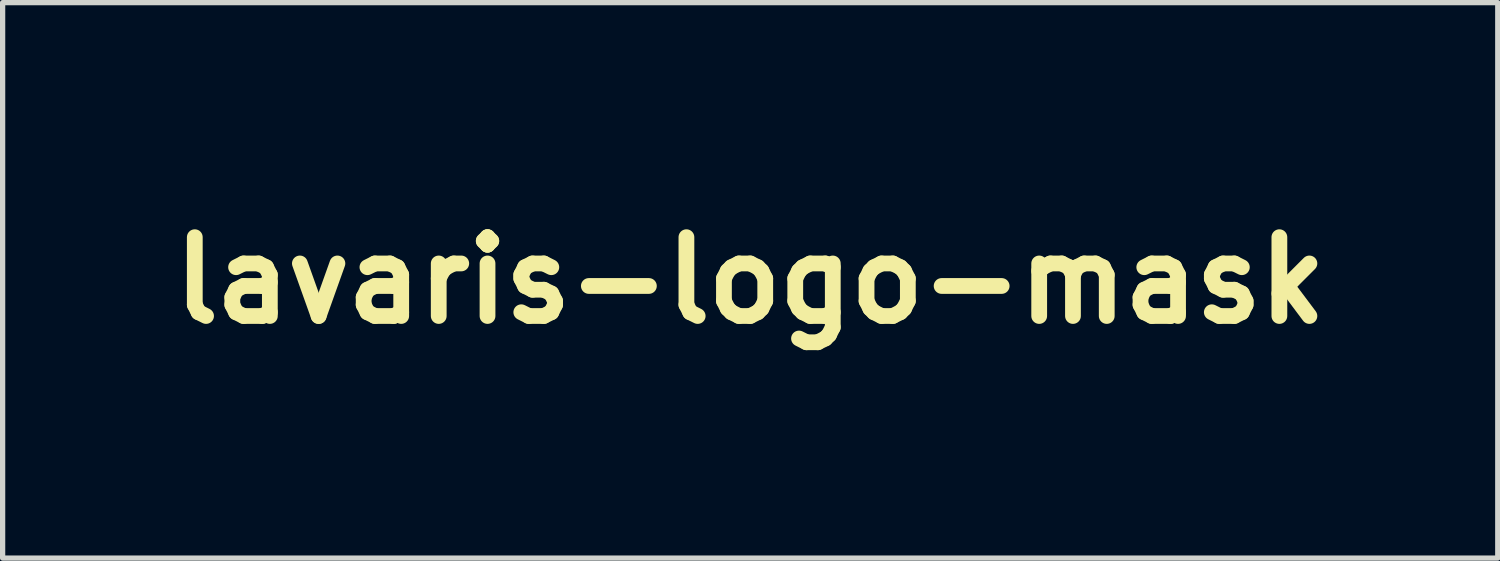
<source format=kicad_pcb>
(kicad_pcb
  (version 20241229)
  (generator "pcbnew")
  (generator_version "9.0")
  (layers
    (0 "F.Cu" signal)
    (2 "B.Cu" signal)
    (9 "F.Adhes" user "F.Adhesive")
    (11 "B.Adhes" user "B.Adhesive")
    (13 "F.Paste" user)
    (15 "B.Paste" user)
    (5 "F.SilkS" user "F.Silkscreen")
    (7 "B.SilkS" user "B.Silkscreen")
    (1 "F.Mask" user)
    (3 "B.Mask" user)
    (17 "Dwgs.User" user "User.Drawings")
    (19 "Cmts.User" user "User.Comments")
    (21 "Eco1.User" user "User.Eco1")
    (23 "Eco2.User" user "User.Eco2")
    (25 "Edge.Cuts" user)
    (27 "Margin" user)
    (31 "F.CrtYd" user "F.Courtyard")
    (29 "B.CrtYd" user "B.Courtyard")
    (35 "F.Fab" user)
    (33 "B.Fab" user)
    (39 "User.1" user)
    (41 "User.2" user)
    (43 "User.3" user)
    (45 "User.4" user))
  (footprint "lavaris-logo-mask"
    (layer "F.Cu")
    (at 11.229 2.286)
    (property "Reference" "lavaris-logo-mask" (at 0 0 0) (layer "F.SilkS") (effects (font (size 1.5 1.5) (thickness 0.3))))
    (attr board_only exclude_from_pos_files exclude_from_bom)
    (fp_poly (pts (xy 1.016 -0.677) (xy 1.016 0.677) (xy 0.72 0.677) (xy 0.423 0.677) (xy 0.423 -0.677) (xy 0.423 -2.032) (xy 0.72 -2.032) (xy 1.016 -2.032)) (stroke (width 0) (type solid)) (fill yes) (layer "F.Mask"))
    (fp_poly (pts (xy -7.146 1.43) (xy -7.116 1.622) (xy -7.112 1.736) (xy -7.129 1.963) (xy -7.171 2.099) (xy -7.197 2.117) (xy -7.247 2.041) (xy -7.277 1.85) (xy -7.281 1.736) (xy -7.265 1.508) (xy -7.222 1.372) (xy -7.197 1.355)) (stroke (width 0) (type solid)) (fill yes) (layer "F.Mask"))
    (fp_poly (pts (xy -1.304 1.43) (xy -1.274 1.622) (xy -1.27 1.736) (xy -1.287 1.963) (xy -1.329 2.099) (xy -1.355 2.117) (xy -1.405 2.041) (xy -1.435 1.85) (xy -1.439 1.736) (xy -1.423 1.508) (xy -1.38 1.372) (xy -1.355 1.355)) (stroke (width 0) (type solid)) (fill yes) (layer "F.Mask"))
    (fp_poly (pts (xy -0.96 1.429) (xy -0.932 1.612) (xy -0.931 1.651) (xy -0.953 1.847) (xy -1.005 1.945) (xy -1.016 1.947) (xy -1.072 1.873) (xy -1.1 1.69) (xy -1.101 1.651) (xy -1.079 1.455) (xy -1.027 1.357) (xy -1.016 1.355)) (stroke (width 0) (type solid)) (fill yes) (layer "F.Mask"))
    (fp_poly (pts (xy -10.583 -0.847) (xy -10.583 0.254) (xy -9.948 0.254) (xy -9.625 0.257) (xy -9.436 0.272) (xy -9.345 0.313) (xy -9.316 0.391) (xy -9.313 0.466) (xy -9.313 0.677) (xy -10.202 0.677) (xy -11.091 0.677) (xy -11.091 -0.635) (xy -11.091 -1.947) (xy -10.837 -1.947) (xy -10.583 -1.947)) (stroke (width 0) (type solid)) (fill yes) (layer "F.Mask"))
    (fp_poly (pts (xy 10.622 -1.782) (xy 11.12 -1.278) (xy 10.757 -0.872) (xy 10.576 -0.666) (xy 10.429 -0.505) (xy 10.294 -0.383) (xy 10.148 -0.294) (xy 9.967 -0.234) (xy 9.731 -0.196) (xy 9.415 -0.177) (xy 8.998 -0.169) (xy 8.456 -0.168) (xy 7.78 -0.169) (xy 5.503 -0.169) (xy 5.503 -0.426) (xy 5.581 -0.873) (xy 5.794 -1.315) (xy 6.112 -1.71) (xy 6.507 -2.015) (xy 6.636 -2.083) (xy 6.802 -2.155) (xy 6.962 -2.208) (xy 7.145 -2.244) (xy 7.383 -2.267) (xy 7.706 -2.279) (xy 8.143 -2.284) (xy 8.596 -2.285) (xy 10.123 -2.286)) (stroke (width 0) (type solid)) (fill yes) (layer "F.Mask"))
    (fp_poly (pts (xy 9.703 0.516) (xy 9.529 1.091) (xy 9.21 1.588) (xy 8.762 1.987) (xy 8.534 2.122) (xy 8.413 2.177) (xy 8.275 2.219) (xy 8.094 2.248) (xy 7.846 2.268) (xy 7.505 2.279) (xy 7.045 2.285) (xy 6.442 2.286) (xy 6.419 2.286) (xy 4.619 2.286) (xy 5.149 1.751) (xy 5.679 1.217) (xy 5.168 0.758) (xy 4.93 0.537) (xy 4.752 0.357) (xy 4.662 0.248) (xy 4.657 0.234) (xy 4.738 0.218) (xy 4.968 0.203) (xy 5.326 0.19) (xy 5.791 0.18) (xy 6.343 0.173) (xy 6.961 0.17) (xy 7.207 0.169) (xy 9.758 0.169)) (stroke (width 0) (type solid)) (fill yes) (layer "F.Mask"))
    (fp_poly (pts (xy -7.012 -0.681) (xy -6.842 -0.257) (xy -6.698 0.113) (xy -6.59 0.399) (xy -6.529 0.572) (xy -6.519 0.61) (xy -6.594 0.655) (xy -6.776 0.677) (xy -6.807 0.677) (xy -7.094 0.677) (xy -7.421 -0.211) (xy -7.555 -0.566) (xy -7.67 -0.854) (xy -7.753 -1.042) (xy -7.789 -1.1) (xy -7.834 -1.025) (xy -7.921 -0.823) (xy -8.04 -0.526) (xy -8.158 -0.211) (xy -8.484 0.677) (xy -8.772 0.677) (xy -8.964 0.66) (xy -9.058 0.617) (xy -9.059 0.61) (xy -9.029 0.512) (xy -8.946 0.285) (xy -8.821 -0.041) (xy -8.665 -0.438) (xy -8.567 -0.681) (xy -8.075 -1.905) (xy -7.789 -1.905) (xy -7.504 -1.905)) (stroke (width 0) (type solid)) (fill yes) (layer "F.Mask"))
    (fp_poly (pts (xy -2.27 -0.681) (xy -2.101 -0.257) (xy -1.957 0.113) (xy -1.849 0.399) (xy -1.788 0.572) (xy -1.778 0.61) (xy -1.852 0.655) (xy -2.034 0.677) (xy -2.063 0.677) (xy -2.188 0.673) (xy -2.281 0.64) (xy -2.362 0.552) (xy -2.447 0.382) (xy -2.558 0.101) (xy -2.671 -0.207) (xy -2.805 -0.557) (xy -2.923 -0.835) (xy -3.011 -1.01) (xy -3.052 -1.056) (xy -3.104 -0.966) (xy -3.199 -0.752) (xy -3.322 -0.448) (xy -3.428 -0.171) (xy -3.571 0.203) (xy -3.673 0.447) (xy -3.757 0.589) (xy -3.841 0.656) (xy -3.946 0.676) (xy -4.032 0.677) (xy -4.224 0.66) (xy -4.316 0.617) (xy -4.318 0.61) (xy -4.288 0.512) (xy -4.205 0.285) (xy -4.08 -0.041) (xy -3.923 -0.438) (xy -3.826 -0.681) (xy -3.334 -1.905) (xy -3.048 -1.905) (xy -2.762 -1.905)) (stroke (width 0) (type solid)) (fill yes) (layer "F.Mask"))
    (fp_poly (pts (xy -4.153 -1.928) (xy -4.149 -1.923) (xy -4.178 -1.836) (xy -4.259 -1.619) (xy -4.382 -1.3) (xy -4.536 -0.905) (xy -4.645 -0.626) (xy -4.832 -0.155) (xy -4.972 0.183) (xy -5.078 0.409) (xy -5.164 0.547) (xy -5.243 0.62) (xy -5.331 0.651) (xy -5.407 0.662) (xy -5.612 0.653) (xy -5.723 0.551) (xy -5.75 0.492) (xy -5.809 0.34) (xy -5.916 0.068) (xy -6.055 -0.287) (xy -6.211 -0.687) (xy -6.224 -0.72) (xy -6.378 -1.112) (xy -6.511 -1.452) (xy -6.611 -1.706) (xy -6.664 -1.841) (xy -6.666 -1.847) (xy -6.652 -1.919) (xy -6.51 -1.939) (xy -6.393 -1.932) (xy -6.074 -1.905) (xy -5.77 -1.079) (xy -5.641 -0.738) (xy -5.529 -0.466) (xy -5.449 -0.295) (xy -5.419 -0.254) (xy -5.372 -0.328) (xy -5.282 -0.529) (xy -5.164 -0.823) (xy -5.067 -1.079) (xy -4.929 -1.449) (xy -4.829 -1.688) (xy -4.745 -1.827) (xy -4.656 -1.896) (xy -4.54 -1.923) (xy -4.456 -1.931) (xy -4.256 -1.94)) (stroke (width 0) (type solid)) (fill yes) (layer "F.Mask"))
    (fp_poly (pts (xy -1.696 1.369) (xy -1.63 1.425) (xy -1.642 1.489) (xy -1.687 1.691) (xy -1.693 1.785) (xy -1.73 1.919) (xy -1.778 1.947) (xy -1.842 1.875) (xy -1.863 1.736) (xy -1.892 1.577) (xy -1.947 1.524) (xy -2.011 1.596) (xy -2.032 1.736) (xy -2.081 1.895) (xy -2.188 1.951) (xy -2.295 1.881) (xy -2.315 1.841) (xy -2.353 1.779) (xy -2.364 1.841) (xy -2.446 1.916) (xy -2.652 1.947) (xy -2.667 1.947) (xy -2.866 1.934) (xy -2.947 1.86) (xy -2.963 1.674) (xy -2.963 1.651) (xy -2.944 1.447) (xy -2.87 1.364) (xy -2.794 1.355) (xy -2.656 1.39) (xy -2.625 1.439) (xy -2.692 1.519) (xy -2.731 1.525) (xy -2.785 1.548) (xy -2.721 1.6) (xy -2.648 1.669) (xy -2.721 1.719) (xy -2.771 1.758) (xy -2.688 1.771) (xy -2.57 1.718) (xy -2.54 1.566) (xy -2.503 1.392) (xy -2.409 1.371) (xy -2.293 1.503) (xy -2.225 1.606) (xy -2.206 1.561) (xy -2.204 1.503) (xy -2.159 1.399) (xy -2.002 1.358) (xy -1.896 1.355)) (stroke (width 0) (type solid)) (fill yes) (layer "F.Mask"))
    (fp_poly (pts (xy 3.037 -1.979) (xy 3.225 -1.916) (xy 3.295 -1.793) (xy 3.302 -1.679) (xy 3.292 -1.52) (xy 3.228 -1.464) (xy 3.062 -1.48) (xy 2.985 -1.495) (xy 2.584 -1.547) (xy 2.304 -1.513) (xy 2.135 -1.41) (xy 2.062 -1.255) (xy 2.157 -1.107) (xy 2.421 -0.967) (xy 2.649 -0.89) (xy 2.927 -0.789) (xy 3.155 -0.676) (xy 3.231 -0.622) (xy 3.346 -0.42) (xy 3.387 -0.135) (xy 3.355 0.163) (xy 3.248 0.407) (xy 3.239 0.418) (xy 3.035 0.568) (xy 2.73 0.682) (xy 2.39 0.746) (xy 2.084 0.743) (xy 1.99 0.72) (xy 1.849 0.682) (xy 1.672 0.641) (xy 1.504 0.572) (xy 1.444 0.43) (xy 1.439 0.327) (xy 1.454 0.149) (xy 1.524 0.1) (xy 1.63 0.122) (xy 2.057 0.215) (xy 2.403 0.225) (xy 2.648 0.156) (xy 2.771 0.011) (xy 2.778 -0.107) (xy 2.725 -0.221) (xy 2.583 -0.317) (xy 2.317 -0.415) (xy 2.216 -0.445) (xy 1.914 -0.544) (xy 1.731 -0.64) (xy 1.621 -0.764) (xy 1.564 -0.882) (xy 1.494 -1.226) (xy 1.554 -1.552) (xy 1.731 -1.813) (xy 1.862 -1.905) (xy 2.196 -2.005) (xy 2.623 -2.028)) (stroke (width 0) (type solid)) (fill yes) (layer "F.Mask"))
    (fp_poly (pts (xy -0.934 -1.945) (xy -0.681 -1.931) (xy -0.514 -1.897) (xy -0.391 -1.83) (xy -0.271 -1.723) (xy -0.237 -1.689) (xy -0.072 -1.5) (xy -0.012 -1.328) (xy -0.025 -1.085) (xy -0.026 -1.076) (xy -0.139 -0.732) (xy -0.357 -0.487) (xy -0.516 -0.407) (xy -0.543 -0.312) (xy -0.491 -0.085) (xy -0.43 0.087) (xy -0.335 0.347) (xy -0.271 0.541) (xy -0.254 0.614) (xy -0.328 0.656) (xy -0.511 0.677) (xy -0.545 0.677) (xy -0.751 0.661) (xy -0.868 0.62) (xy -0.873 0.614) (xy -0.917 0.503) (xy -0.994 0.287) (xy -1.054 0.106) (xy -1.151 -0.156) (xy -1.242 -0.291) (xy -1.358 -0.337) (xy -1.404 -0.339) (xy -1.56 -0.366) (xy -1.609 -0.416) (xy -1.637 -0.558) (xy -1.66 -0.628) (xy -1.662 -0.716) (xy -1.553 -0.756) (xy -1.385 -0.763) (xy -1.038 -0.807) (xy -0.77 -0.923) (xy -0.62 -1.092) (xy -0.605 -1.14) (xy -0.637 -1.323) (xy -0.818 -1.447) (xy -1.153 -1.512) (xy -1.456 -1.524) (xy -1.743 -1.534) (xy -1.95 -1.562) (xy -2.032 -1.6) (xy -2.032 -1.602) (xy -2.06 -1.744) (xy -2.083 -1.813) (xy -2.088 -1.876) (xy -2.024 -1.915) (xy -1.865 -1.937) (xy -1.582 -1.946) (xy -1.315 -1.947)) (stroke (width 0) (type solid)) (fill yes) (layer "F.Mask"))
    (fp_poly (pts (xy -4.847 1.427) (xy -4.826 1.566) (xy -4.797 1.725) (xy -4.741 1.778) (xy -4.673 1.707) (xy -4.664 1.651) (xy -4.487 1.651) (xy -4.442 1.764) (xy -4.403 1.778) (xy -4.328 1.709) (xy -4.318 1.651) (xy -4.352 1.566) (xy -3.895 1.566) (xy -3.852 1.609) (xy -3.81 1.566) (xy -3.852 1.524) (xy -3.895 1.566) (xy -4.352 1.566) (xy -4.364 1.538) (xy -4.403 1.524) (xy -4.478 1.593) (xy -4.487 1.651) (xy -4.664 1.651) (xy -4.657 1.606) (xy -4.591 1.436) (xy -4.43 1.368) (xy -4.226 1.424) (xy -4.222 1.427) (xy -4.1 1.474) (xy -4.064 1.445) (xy -3.989 1.396) (xy -3.801 1.371) (xy -3.725 1.37) (xy -3.513 1.393) (xy -3.395 1.446) (xy -3.387 1.466) (xy -3.347 1.505) (xy -3.285 1.456) (xy -3.15 1.362) (xy -3.073 1.42) (xy -3.048 1.634) (xy -3.048 1.648) (xy -3.061 1.845) (xy -3.133 1.923) (xy -3.316 1.932) (xy -3.344 1.931) (xy -3.562 1.893) (xy -3.641 1.807) (xy -3.641 1.807) (xy -3.686 1.703) (xy -3.789 1.726) (xy -3.889 1.841) (xy -3.972 1.938) (xy -4.046 1.884) (xy -4.052 1.875) (xy -4.141 1.813) (xy -4.181 1.847) (xy -4.291 1.899) (xy -4.507 1.93) (xy -4.615 1.933) (xy -4.849 1.927) (xy -4.959 1.884) (xy -4.993 1.769) (xy -4.995 1.644) (xy -4.974 1.451) (xy -4.92 1.357) (xy -4.911 1.355)) (stroke (width 0) (type solid)) (fill yes) (layer "F.Mask"))
    (fp_poly (pts (xy -5.936 1.375) (xy -5.793 1.464) (xy -5.774 1.491) (xy -5.707 1.584) (xy -5.659 1.524) (xy -5.646 1.491) (xy -5.547 1.406) (xy -5.377 1.359) (xy -5.202 1.357) (xy -5.091 1.406) (xy -5.08 1.439) (xy -5.147 1.519) (xy -5.186 1.525) (xy -5.24 1.548) (xy -5.176 1.6) (xy -5.103 1.669) (xy -5.176 1.719) (xy -5.239 1.76) (xy -5.186 1.771) (xy -5.087 1.831) (xy -5.08 1.863) (xy -5.141 1.939) (xy -5.28 1.939) (xy -5.428 1.873) (xy -5.497 1.799) (xy -5.564 1.696) (xy -5.584 1.741) (xy -5.585 1.799) (xy -5.633 1.927) (xy -5.735 1.934) (xy -5.839 1.833) (xy -5.877 1.736) (xy -5.971 1.569) (xy -6.076 1.525) (xy -6.169 1.542) (xy -6.108 1.6) (xy -6.035 1.669) (xy -6.108 1.719) (xy -6.158 1.758) (xy -6.075 1.771) (xy -5.943 1.812) (xy -5.943 1.884) (xy -6.059 1.94) (xy -6.138 1.947) (xy -6.311 1.901) (xy -6.353 1.799) (xy -6.362 1.696) (xy -6.407 1.741) (xy -6.441 1.799) (xy -6.587 1.915) (xy -6.735 1.947) (xy -6.876 1.924) (xy -6.933 1.823) (xy -6.943 1.651) (xy -6.942 1.644) (xy -6.682 1.644) (xy -6.666 1.754) (xy -6.638 1.755) (xy -6.617 1.642) (xy -6.631 1.593) (xy -6.668 1.561) (xy -6.682 1.644) (xy -6.942 1.644) (xy -6.927 1.45) (xy -6.855 1.368) (xy -6.735 1.355) (xy -6.541 1.411) (xy -6.441 1.503) (xy -6.374 1.606) (xy -6.354 1.561) (xy -6.353 1.503) (xy -6.283 1.395) (xy -6.122 1.352)) (stroke (width 0) (type solid)) (fill yes) (layer "F.Mask"))
    (fp_poly (pts (xy -7.479 1.429) (xy -7.451 1.612) (xy -7.451 1.651) (xy -7.472 1.847) (xy -7.524 1.945) (xy -7.535 1.947) (xy -7.61 1.879) (xy -7.62 1.82) (xy -7.666 1.708) (xy -7.705 1.693) (xy -7.781 1.761) (xy -7.789 1.813) (xy -7.828 1.877) (xy -7.964 1.914) (xy -8.225 1.929) (xy -8.424 1.93) (xy -8.745 1.918) (xy -8.968 1.889) (xy -9.059 1.846) (xy -9.059 1.842) (xy -9.108 1.812) (xy -9.178 1.856) (xy -9.331 1.905) (xy -9.64 1.935) (xy -10.089 1.942) (xy -10.194 1.941) (xy -11.091 1.928) (xy -11.091 1.736) (xy -10.753 1.736) (xy -10.71 1.778) (xy -10.677 1.744) (xy -10.419 1.744) (xy -10.302 1.758) (xy -10.245 1.758) (xy -10.091 1.75) (xy -10.072 1.728) (xy -10.097 1.72) (xy -10.311 1.706) (xy -10.393 1.72) (xy -10.419 1.744) (xy -10.677 1.744) (xy -10.668 1.736) (xy -10.71 1.693) (xy -10.753 1.736) (xy -11.091 1.736) (xy -11.091 1.652) (xy -11.091 1.566) (xy -10.922 1.566) (xy -10.88 1.609) (xy -10.859 1.588) (xy -10.462 1.588) (xy -10.379 1.602) (xy -10.269 1.586) (xy -10.268 1.558) (xy -10.297 1.552) (xy -9.962 1.552) (xy -9.951 1.603) (xy -9.906 1.609) (xy -9.836 1.578) (xy -9.85 1.552) (xy -9.95 1.542) (xy -9.962 1.552) (xy -10.297 1.552) (xy -10.381 1.537) (xy -10.43 1.551) (xy -10.462 1.588) (xy -10.859 1.588) (xy -10.837 1.566) (xy -10.88 1.524) (xy -10.922 1.566) (xy -11.091 1.566) (xy -11.091 1.376) (xy -10.245 1.368) (xy -9.86 1.372) (xy -9.576 1.39) (xy -9.42 1.422) (xy -9.398 1.442) (xy -9.465 1.519) (xy -9.504 1.525) (xy -9.558 1.548) (xy -9.494 1.6) (xy -9.421 1.669) (xy -9.494 1.719) (xy -9.551 1.758) (xy -9.471 1.771) (xy -9.405 1.736) (xy -8.467 1.736) (xy -8.424 1.778) (xy -8.382 1.736) (xy -8.424 1.693) (xy -8.467 1.736) (xy -9.405 1.736) (xy -9.344 1.702) (xy -9.319 1.651) (xy -8.213 1.651) (xy -8.145 1.763) (xy -8.086 1.778) (xy -7.973 1.71) (xy -7.959 1.651) (xy -8.026 1.539) (xy -8.086 1.524) (xy -8.198 1.592) (xy -8.213 1.651) (xy -9.319 1.651) (xy -9.279 1.566) (xy -9.197 1.389) (xy -9.089 1.377) (xy -8.981 1.503) (xy -8.914 1.601) (xy -8.894 1.552) (xy -8.692 1.552) (xy -8.681 1.603) (xy -8.636 1.609) (xy -8.566 1.578) (xy -8.58 1.552) (xy -8.68 1.542) (xy -8.692 1.552) (xy -8.894 1.552) (xy -8.894 1.551) (xy -8.893 1.512) (xy -8.862 1.436) (xy -8.749 1.392) (xy -8.52 1.373) (xy -8.34 1.371) (xy -8.027 1.378) (xy -7.854 1.409) (xy -7.791 1.469) (xy -7.789 1.488) (xy -7.742 1.597) (xy -7.705 1.609) (xy -7.63 1.54) (xy -7.62 1.482) (xy -7.574 1.369) (xy -7.535 1.355)) (stroke (width 0) (type solid)) (fill yes) (layer "F.Mask"))
    (fp_poly (pts (xy -0.133 1.382) (xy -0.056 1.46) (xy -0.018 1.523) (xy -0.007 1.46) (xy 0.043 1.362) (xy 0.126 1.381) (xy 0.172 1.501) (xy 0.172 1.503) (xy 0.182 1.605) (xy 0.227 1.56) (xy 0.261 1.502) (xy 0.402 1.404) (xy 0.62 1.369) (xy 0.834 1.4) (xy 0.953 1.478) (xy 1.04 1.503) (xy 1.101 1.439) (xy 1.181 1.355) (xy 1.257 1.422) (xy 1.269 1.439) (xy 1.337 1.504) (xy 1.353 1.474) (xy 1.428 1.413) (xy 1.612 1.376) (xy 1.848 1.362) (xy 2.076 1.374) (xy 2.241 1.411) (xy 2.287 1.458) (xy 2.304 1.523) (xy 2.357 1.458) (xy 2.484 1.391) (xy 2.701 1.369) (xy 2.934 1.394) (xy 3.11 1.464) (xy 3.111 1.465) (xy 3.204 1.494) (xy 3.217 1.45) (xy 3.276 1.359) (xy 3.302 1.355) (xy 3.358 1.429) (xy 3.386 1.612) (xy 3.387 1.651) (xy 3.364 1.874) (xy 3.291 1.94) (xy 3.159 1.855) (xy 3.15 1.846) (xy 3.063 1.797) (xy 3.048 1.833) (xy 2.976 1.897) (xy 2.805 1.926) (xy 2.601 1.917) (xy 2.431 1.871) (xy 2.394 1.847) (xy 2.302 1.803) (xy 2.286 1.852) (xy 2.227 1.943) (xy 2.201 1.947) (xy 2.138 1.875) (xy 2.117 1.736) (xy 2.095 1.618) (xy 2.503 1.618) (xy 2.506 1.707) (xy 2.596 1.742) (xy 2.65 1.702) (xy 2.702 1.594) (xy 2.688 1.559) (xy 2.586 1.542) (xy 2.503 1.618) (xy 2.095 1.618) (xy 2.088 1.577) (xy 2.032 1.524) (xy 1.968 1.596) (xy 1.947 1.736) (xy 1.918 1.895) (xy 1.863 1.947) (xy 1.799 1.875) (xy 1.778 1.736) (xy 1.748 1.577) (xy 1.692 1.524) (xy 1.644 1.594) (xy 1.659 1.736) (xy 1.669 1.902) (xy 1.618 1.947) (xy 1.53 1.881) (xy 1.524 1.846) (xy 1.499 1.787) (xy 1.422 1.846) (xy 1.28 1.942) (xy 1.211 1.893) (xy 1.222 1.757) (xy 1.271 1.566) (xy 1.173 1.757) (xy 1.052 1.92) (xy 0.945 1.915) (xy 0.858 1.763) (xy 0.79 1.579) (xy 0.741 1.763) (xy 0.635 1.91) (xy 0.466 1.942) (xy 0.303 1.856) (xy 0.261 1.799) (xy 0.193 1.696) (xy 0.174 1.741) (xy 0.172 1.799) (xy 0.132 1.925) (xy 0.089 1.947) (xy -0.015 1.883) (xy -0.078 1.799) (xy -0.146 1.696) (xy -0.165 1.741) (xy -0.167 1.799) (xy -0.236 1.907) (xy -0.387 1.95) (xy -0.544 1.92) (xy -0.621 1.841) (xy -0.66 1.779) (xy -0.671 1.841) (xy -0.705 1.956) (xy -0.765 1.941) (xy -0.822 1.828) (xy -0.847 1.651) (xy 0.423 1.651) (xy 0.469 1.764) (xy 0.508 1.778) (xy 0.583 1.709) (xy 0.593 1.651) (xy 0.547 1.538) (xy 0.508 1.524) (xy 0.433 1.593) (xy 0.423 1.651) (xy -0.847 1.651) (xy -0.819 1.431) (xy -0.743 1.36) (xy -0.634 1.448) (xy -0.599 1.503) (xy -0.532 1.606) (xy -0.512 1.561) (xy -0.511 1.503) (xy -0.441 1.395) (xy -0.29 1.352)) (stroke (width 0) (type solid)) (fill yes) (layer "F.Mask")))
  (gr_rect
    (start -3 -3)
    (end 25.457 7.572)
    (stroke (width 0.1) (type default))
    (fill no)
    (layer "Edge.Cuts")))
</source>
